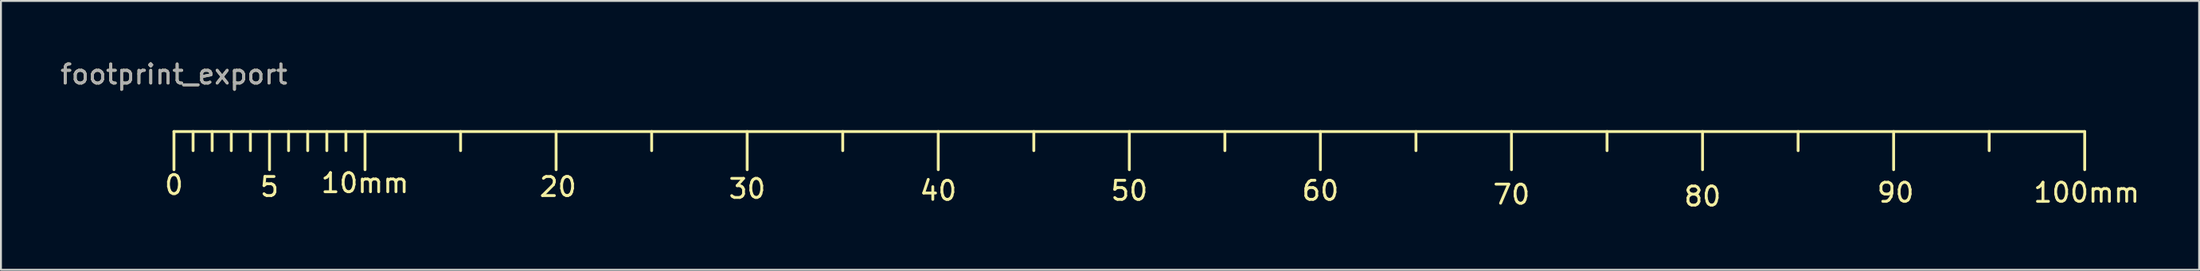
<source format=kicad_pcb>
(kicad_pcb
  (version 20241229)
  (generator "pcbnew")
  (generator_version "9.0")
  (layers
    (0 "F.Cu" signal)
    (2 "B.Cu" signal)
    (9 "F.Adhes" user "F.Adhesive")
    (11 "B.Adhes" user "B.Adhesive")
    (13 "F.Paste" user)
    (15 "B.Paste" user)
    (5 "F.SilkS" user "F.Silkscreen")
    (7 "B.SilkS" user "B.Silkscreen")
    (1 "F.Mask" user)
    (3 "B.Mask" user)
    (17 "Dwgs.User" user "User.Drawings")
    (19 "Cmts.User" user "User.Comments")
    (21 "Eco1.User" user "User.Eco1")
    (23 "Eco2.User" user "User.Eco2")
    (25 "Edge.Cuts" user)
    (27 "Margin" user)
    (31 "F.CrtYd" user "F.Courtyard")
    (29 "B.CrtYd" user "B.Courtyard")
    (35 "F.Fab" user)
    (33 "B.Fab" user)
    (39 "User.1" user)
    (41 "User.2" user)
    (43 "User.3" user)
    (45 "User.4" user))
  (footprint "footprint_export"
    (layer "F.Cu")
    (at 6.054 3.848)
    (property "Reference" "footprint_export" (at 0 -3 0) (layer "F.SilkS") (effects (font (size 1 1) (thickness 0.15))))
    (attr exclude_from_pos_files exclude_from_bom)
    (fp_line (start 0 0) (end 0 1.999) (stroke (width 0.15) (type solid)) (layer "F.SilkS"))
    (fp_line (start 0 0) (end 10 0) (stroke (width 0.15) (type solid)) (layer "F.SilkS"))
    (fp_line (start 1.001 0) (end 1.001 1.001) (stroke (width 0.15) (type solid)) (layer "F.SilkS"))
    (fp_line (start 1.999 0) (end 1.999 1.001) (stroke (width 0.15) (type solid)) (layer "F.SilkS"))
    (fp_line (start 3 0) (end 3 1.001) (stroke (width 0.15) (type solid)) (layer "F.SilkS"))
    (fp_line (start 4 0) (end 4 1.001) (stroke (width 0.15) (type solid)) (layer "F.SilkS"))
    (fp_line (start 5.001 0) (end 5.001 1.999) (stroke (width 0.15) (type solid)) (layer "F.SilkS"))
    (fp_line (start 5.999 0) (end 5.999 1.001) (stroke (width 0.15) (type solid)) (layer "F.SilkS"))
    (fp_line (start 7 0) (end 7 1.001) (stroke (width 0.15) (type solid)) (layer "F.SilkS"))
    (fp_line (start 8.001 0) (end 8.001 1.001) (stroke (width 0.15) (type solid)) (layer "F.SilkS"))
    (fp_line (start 8.999 0) (end 8.999 1.001) (stroke (width 0.15) (type solid)) (layer "F.SilkS"))
    (fp_line (start 10 0) (end 10 1.999) (stroke (width 0.15) (type solid)) (layer "F.SilkS"))
    (fp_line (start 10 0) (end 100 0) (stroke (width 0.15) (type solid)) (layer "F.SilkS"))
    (fp_line (start 15.001 0) (end 15.001 1.001) (stroke (width 0.15) (type solid)) (layer "F.SilkS"))
    (fp_line (start 20 0) (end 20 1.999) (stroke (width 0.15) (type solid)) (layer "F.SilkS"))
    (fp_line (start 25.001 0) (end 25.001 1.001) (stroke (width 0.15) (type solid)) (layer "F.SilkS"))
    (fp_line (start 30 0) (end 30 1.999) (stroke (width 0.15) (type solid)) (layer "F.SilkS"))
    (fp_line (start 35.001 0) (end 35.001 1.001) (stroke (width 0.15) (type solid)) (layer "F.SilkS"))
    (fp_line (start 40 0) (end 40 1.999) (stroke (width 0.15) (type solid)) (layer "F.SilkS"))
    (fp_line (start 45.001 0) (end 45.001 1.001) (stroke (width 0.15) (type solid)) (layer "F.SilkS"))
    (fp_line (start 50 0) (end 50 1.999) (stroke (width 0.15) (type solid)) (layer "F.SilkS"))
    (fp_line (start 55.001 0) (end 55.001 1.001) (stroke (width 0.15) (type solid)) (layer "F.SilkS"))
    (fp_line (start 60 0) (end 60 1.999) (stroke (width 0.15) (type solid)) (layer "F.SilkS"))
    (fp_line (start 65.001 0) (end 65.001 1.001) (stroke (width 0.15) (type solid)) (layer "F.SilkS"))
    (fp_line (start 70 0) (end 70 1.999) (stroke (width 0.15) (type solid)) (layer "F.SilkS"))
    (fp_line (start 75.001 0) (end 75.001 1.001) (stroke (width 0.15) (type solid)) (layer "F.SilkS"))
    (fp_line (start 80 0) (end 80 1.999) (stroke (width 0.15) (type solid)) (layer "F.SilkS"))
    (fp_line (start 85.001 0) (end 85.001 1.001) (stroke (width 0.15) (type solid)) (layer "F.SilkS"))
    (fp_line (start 90 0) (end 90 1.999) (stroke (width 0.15) (type solid)) (layer "F.SilkS"))
    (fp_line (start 95.001 0) (end 95.001 1.001) (stroke (width 0.15) (type solid)) (layer "F.SilkS"))
    (fp_line (start 100 0) (end 100 1.999) (stroke (width 0.15) (type solid)) (layer "F.SilkS"))
    (fp_text user "40" (at 40 3.101 0) (layer "F.SilkS") (effects (font (size 1 1) (thickness 0.15))))
    (fp_text user "20" (at 20.099 2.901 0) (layer "F.SilkS") (effects (font (size 1 1) (thickness 0.15))))
    (fp_text user "70" (at 70 3.302 0) (layer "F.SilkS") (effects (font (size 1 1) (thickness 0.15))))
    (fp_text user "80" (at 80 3.401 0) (layer "F.SilkS") (effects (font (size 1 1) (thickness 0.15))))
    (fp_text user "90" (at 90.101 3.203 0) (layer "F.SilkS") (effects (font (size 1 1) (thickness 0.15))))
    (fp_text user "5" (at 4.999 2.901 0) (layer "F.SilkS") (effects (font (size 1 1) (thickness 0.15))))
    (fp_text user "0" (at 0 2.799 0) (layer "F.SilkS") (effects (font (size 1 1) (thickness 0.15))))
    (fp_text user "30" (at 30 3 0) (layer "F.SilkS") (effects (font (size 1 1) (thickness 0.15))))
    (fp_text user "60" (at 60 3.101 0) (layer "F.SilkS") (effects (font (size 1 1) (thickness 0.15))))
    (fp_text user "100mm" (at 100.101 3.203 0) (layer "F.SilkS") (effects (font (size 1 1) (thickness 0.15))))
    (fp_text user "50" (at 50 3.101 0) (layer "F.SilkS") (effects (font (size 1 1) (thickness 0.15))))
    (fp_text user "10mm" (at 10 2.7 0) (layer "F.SilkS") (effects (font (size 1 1) (thickness 0.15))))
    (fp_text user "${REFERENCE}" (at 0 -3 0) (layer "F.Fab") (effects (font (size 1 1) (thickness 0.15)))))
  (gr_rect
    (start -3 -3)
    (end 112.042 11.097)
    (stroke (width 0.1) (type default))
    (fill no)
    (layer "Edge.Cuts")))
</source>
